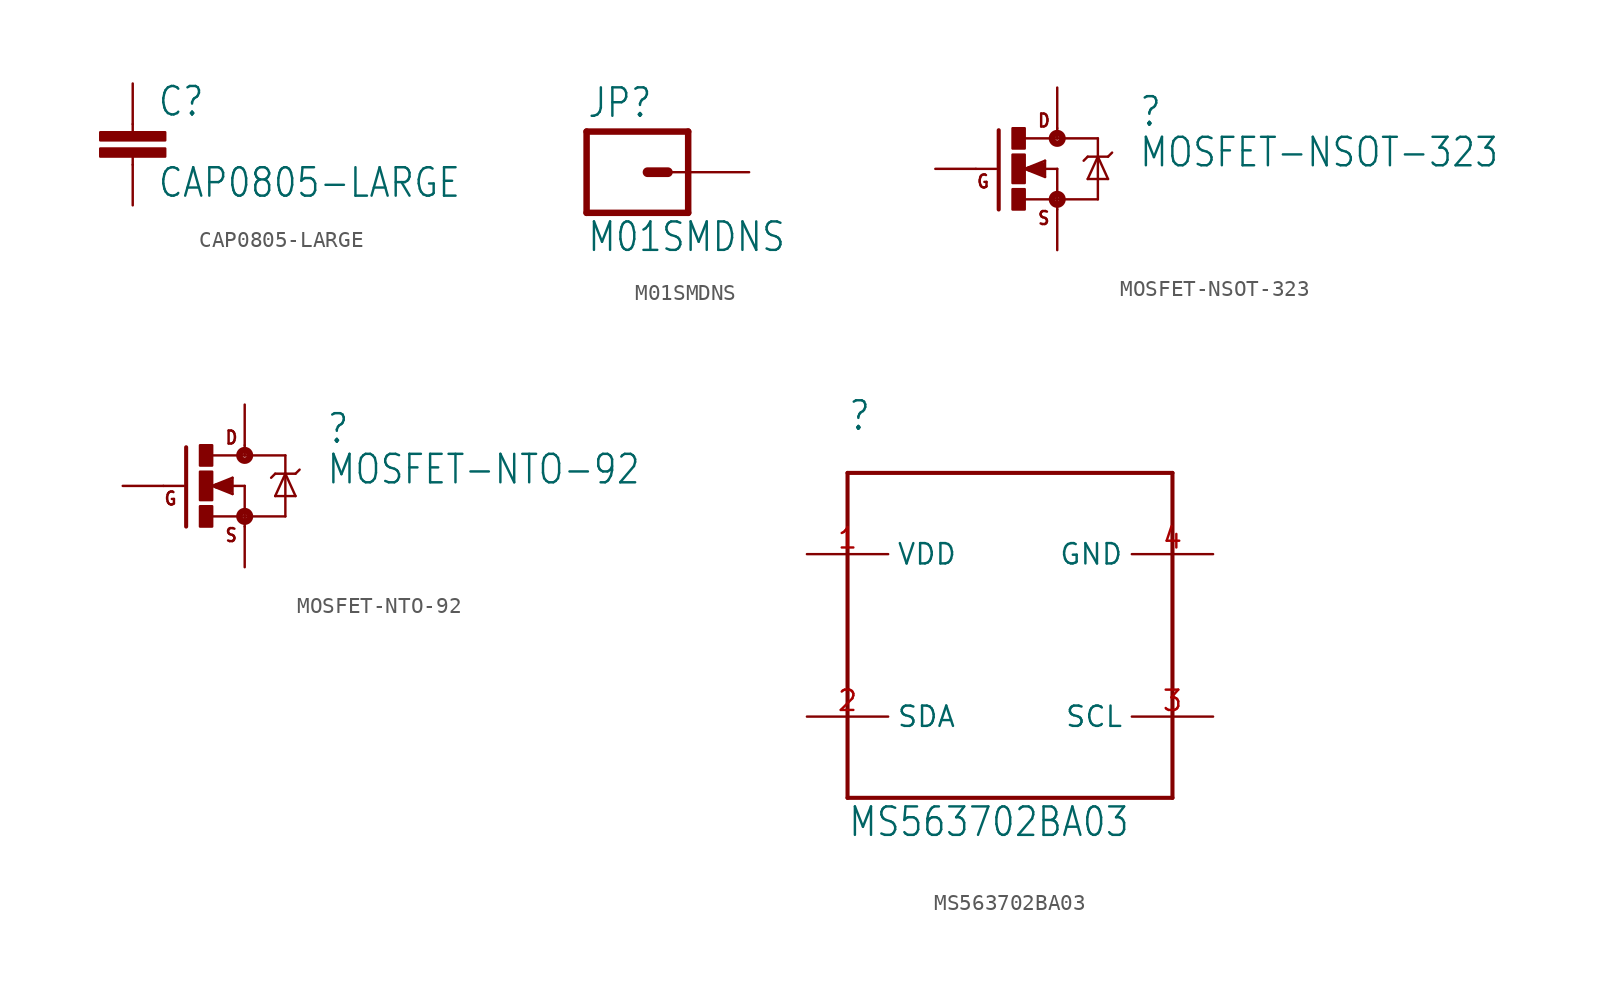
<source format=kicad_sym>
(kicad_symbol_lib
  (version 20211014)
  (generator kicad_symbol_editor)
  (symbol "CAP0805-LARGE"
    (property "Reference" "C"
      (at 1.524 2.921 0)
      (effects (font (size 1.778 1.511)) (justify left bottom)))
    (property "Value" "CAP0805-LARGE"
      (at 1.524 -2.159 0)
      (effects (font (size 1.778 1.511)) (justify left bottom)))
    (property "ki_locked" ""
      (at 0 0 0)
      (effects (font (size 1.27 1.27))))
    (symbol "CAP0805-LARGE_1_0"
      (rectangle (start -2.032 0.508) (end 2.032 1.016) (stroke (width 0) (type default) (color 0 0 0 0)) (fill (type outline)))
      (rectangle (start -2.032 1.524) (end 2.032 2.032) (stroke (width 0) (type default) (color 0 0 0 0)) (fill (type outline)))
      (polyline (pts (xy 0 0) (xy 0 0.508)) (stroke (width 0.152) (type default) (color 0 0 0 0)) (fill (type none)))
      (polyline (pts (xy 0 2.54) (xy 0 2.032)) (stroke (width 0.152) (type default) (color 0 0 0 0)) (fill (type none)))
      (pin passive line (at 0 5.08 270) (length 2.54) (name "1" (effects (font (size 0 0)))) (number "1" (effects (font (size 0 0)))))
      (pin passive line (at 0 -2.54 90) (length 2.54) (name "2" (effects (font (size 0 0)))) (number "2" (effects (font (size 0 0)))))))
  (symbol "M01SMDNS"
    (property "Reference" "JP"
      (at -2.54 3.302 0)
      (effects (font (size 1.778 1.511)) (justify left bottom)))
    (property "Value" "M01SMDNS"
      (at -2.54 -5.08 0)
      (effects (font (size 1.778 1.511)) (justify left bottom)))
    (property "ki_locked" ""
      (at 0 0 0)
      (effects (font (size 1.27 1.27))))
    (symbol "M01SMDNS_1_0"
      (polyline (pts (xy -2.54 2.54) (xy -2.54 -2.54)) (stroke (width 0.406) (type default) (color 0 0 0 0)) (fill (type none)))
      (polyline (pts (xy -2.54 2.54) (xy 3.81 2.54)) (stroke (width 0.406) (type default) (color 0 0 0 0)) (fill (type none)))
      (polyline (pts (xy 1.27 0) (xy 2.54 0)) (stroke (width 0.61) (type default) (color 0 0 0 0)) (fill (type none)))
      (polyline (pts (xy 3.81 -2.54) (xy -2.54 -2.54)) (stroke (width 0.406) (type default) (color 0 0 0 0)) (fill (type none)))
      (polyline (pts (xy 3.81 -2.54) (xy 3.81 2.54)) (stroke (width 0.406) (type default) (color 0 0 0 0)) (fill (type none)))
      (pin passive line (at 7.62 0 180) (length 5.08) (name "1" (effects (font (size 0 0)))) (number "1" (effects (font (size 0 0)))))))
  (symbol "MOSFET-NSOT-323"
    (property "Reference" ""
      (at 5.08 2.54 0)
      (effects (font (size 1.778 1.511)) (justify left bottom)))
    (property "Value" "MOSFET-NSOT-323"
      (at 5.08 0 0)
      (effects (font (size 1.778 1.511)) (justify left bottom)))
    (property "ki_locked" ""
      (at 0 0 0)
      (effects (font (size 1.27 1.27))))
    (symbol "MOSFET-NSOT-323_1_0"
      (rectangle (start -2.794 -2.54) (end -2.032 -1.27) (stroke (width 0) (type default) (color 0 0 0 0)) (fill (type outline)))
      (rectangle (start -2.794 -0.889) (end -2.032 0.889) (stroke (width 0) (type default) (color 0 0 0 0)) (fill (type outline)))
      (rectangle (start -2.794 1.27) (end -2.032 2.54) (stroke (width 0) (type default) (color 0 0 0 0)) (fill (type outline)))
      (circle (center 0 -1.905) (radius 0.127) (stroke (width 0.406) (type default) (color 0 0 0 0)) (fill (type none)))
      (polyline (pts (xy -3.81 0) (xy -5.08 0)) (stroke (width 0.152) (type default) (color 0 0 0 0)) (fill (type none)))
      (polyline (pts (xy -3.658 2.413) (xy -3.658 -2.54)) (stroke (width 0.254) (type default) (color 0 0 0 0)) (fill (type none)))
      (polyline (pts (xy -2.032 -1.905) (xy 0 -1.905)) (stroke (width 0.152) (type default) (color 0 0 0 0)) (fill (type none)))
      (polyline (pts (xy -2.032 0) (xy -0.762 -0.508)) (stroke (width 0.152) (type default) (color 0 0 0 0)) (fill (type none)))
      (polyline (pts (xy -1.778 0) (xy -0.889 -0.254)) (stroke (width 0.305) (type default) (color 0 0 0 0)) (fill (type none)))
      (polyline (pts (xy -0.889 -0.254) (xy -0.889 0)) (stroke (width 0.305) (type default) (color 0 0 0 0)) (fill (type none)))
      (polyline (pts (xy -0.889 0) (xy -1.143 0)) (stroke (width 0.305) (type default) (color 0 0 0 0)) (fill (type none)))
      (polyline (pts (xy -0.889 0) (xy 0 0)) (stroke (width 0.152) (type default) (color 0 0 0 0)) (fill (type none)))
      (polyline (pts (xy -0.889 0.254) (xy -1.778 0)) (stroke (width 0.305) (type default) (color 0 0 0 0)) (fill (type none)))
      (polyline (pts (xy -0.762 -0.508) (xy -0.762 0.508)) (stroke (width 0.152) (type default) (color 0 0 0 0)) (fill (type none)))
      (polyline (pts (xy -0.762 0.508) (xy -2.032 0)) (stroke (width 0.152) (type default) (color 0 0 0 0)) (fill (type none)))
      (polyline (pts (xy 0 -1.905) (xy 0 -2.54)) (stroke (width 0.152) (type default) (color 0 0 0 0)) (fill (type none)))
      (polyline (pts (xy 0 0) (xy 0 -1.905)) (stroke (width 0.152) (type default) (color 0 0 0 0)) (fill (type none)))
      (polyline (pts (xy 0 1.905) (xy -2.007 1.905)) (stroke (width 0.152) (type default) (color 0 0 0 0)) (fill (type none)))
      (polyline (pts (xy 0 1.905) (xy 2.54 1.905)) (stroke (width 0.152) (type default) (color 0 0 0 0)) (fill (type none)))
      (polyline (pts (xy 0 2.54) (xy 0 1.905)) (stroke (width 0.152) (type default) (color 0 0 0 0)) (fill (type none)))
      (polyline (pts (xy 1.905 -0.635) (xy 3.175 -0.635)) (stroke (width 0.152) (type default) (color 0 0 0 0)) (fill (type none)))
      (polyline (pts (xy 1.905 0.762) (xy 1.651 0.508)) (stroke (width 0.152) (type default) (color 0 0 0 0)) (fill (type none)))
      (polyline (pts (xy 1.905 0.762) (xy 2.54 0.762)) (stroke (width 0.152) (type default) (color 0 0 0 0)) (fill (type none)))
      (polyline (pts (xy 2.54 -1.905) (xy 0 -1.905)) (stroke (width 0.152) (type default) (color 0 0 0 0)) (fill (type none)))
      (polyline (pts (xy 2.54 0.762) (xy 1.905 -0.635)) (stroke (width 0.152) (type default) (color 0 0 0 0)) (fill (type none)))
      (polyline (pts (xy 2.54 0.762) (xy 2.54 -1.905)) (stroke (width 0.152) (type default) (color 0 0 0 0)) (fill (type none)))
      (polyline (pts (xy 2.54 0.762) (xy 3.175 0.762)) (stroke (width 0.152) (type default) (color 0 0 0 0)) (fill (type none)))
      (polyline (pts (xy 2.54 1.905) (xy 2.54 0.762)) (stroke (width 0.152) (type default) (color 0 0 0 0)) (fill (type none)))
      (polyline (pts (xy 3.175 -0.635) (xy 2.54 0.762)) (stroke (width 0.152) (type default) (color 0 0 0 0)) (fill (type none)))
      (polyline (pts (xy 3.175 0.762) (xy 3.429 1.016)) (stroke (width 0.152) (type default) (color 0 0 0 0)) (fill (type none)))
      (circle (center 0 1.905) (radius 0.127) (stroke (width 0.406) (type default) (color 0 0 0 0)) (fill (type none)))
      (text "D" (at -1.27 2.54 0) (effects (font (size 0.813 0.691)) (justify left bottom)))
      (text "G" (at -5.08 -1.27 0) (effects (font (size 0.813 0.691)) (justify left bottom)))
      (text "S" (at -1.27 -3.556 0) (effects (font (size 0.813 0.691)) (justify left bottom)))
      (pin passive line (at -7.62 0 0) (length 2.54) (name "G" (effects (font (size 0 0)))) (number "1" (effects (font (size 0 0)))))
      (pin passive line (at 0 -5.08 90) (length 2.54) (name "S" (effects (font (size 0 0)))) (number "2" (effects (font (size 0 0)))))
      (pin passive line (at 0 5.08 270) (length 2.54) (name "D" (effects (font (size 0 0)))) (number "3" (effects (font (size 0 0)))))))
  (symbol "MOSFET-NTO-92"
    (property "Reference" ""
      (at 5.08 2.54 0)
      (effects (font (size 1.778 1.511)) (justify left bottom)))
    (property "Value" "MOSFET-NTO-92"
      (at 5.08 0 0)
      (effects (font (size 1.778 1.511)) (justify left bottom)))
    (property "ki_locked" ""
      (at 0 0 0)
      (effects (font (size 1.27 1.27))))
    (symbol "MOSFET-NTO-92_1_0"
      (rectangle (start -2.794 -2.54) (end -2.032 -1.27) (stroke (width 0) (type default) (color 0 0 0 0)) (fill (type outline)))
      (rectangle (start -2.794 -0.889) (end -2.032 0.889) (stroke (width 0) (type default) (color 0 0 0 0)) (fill (type outline)))
      (rectangle (start -2.794 1.27) (end -2.032 2.54) (stroke (width 0) (type default) (color 0 0 0 0)) (fill (type outline)))
      (circle (center 0 -1.905) (radius 0.127) (stroke (width 0.406) (type default) (color 0 0 0 0)) (fill (type none)))
      (polyline (pts (xy -3.81 0) (xy -5.08 0)) (stroke (width 0.152) (type default) (color 0 0 0 0)) (fill (type none)))
      (polyline (pts (xy -3.658 2.413) (xy -3.658 -2.54)) (stroke (width 0.254) (type default) (color 0 0 0 0)) (fill (type none)))
      (polyline (pts (xy -2.032 -1.905) (xy 0 -1.905)) (stroke (width 0.152) (type default) (color 0 0 0 0)) (fill (type none)))
      (polyline (pts (xy -2.032 0) (xy -0.762 -0.508)) (stroke (width 0.152) (type default) (color 0 0 0 0)) (fill (type none)))
      (polyline (pts (xy -1.778 0) (xy -0.889 -0.254)) (stroke (width 0.305) (type default) (color 0 0 0 0)) (fill (type none)))
      (polyline (pts (xy -0.889 -0.254) (xy -0.889 0)) (stroke (width 0.305) (type default) (color 0 0 0 0)) (fill (type none)))
      (polyline (pts (xy -0.889 0) (xy -1.143 0)) (stroke (width 0.305) (type default) (color 0 0 0 0)) (fill (type none)))
      (polyline (pts (xy -0.889 0) (xy 0 0)) (stroke (width 0.152) (type default) (color 0 0 0 0)) (fill (type none)))
      (polyline (pts (xy -0.889 0.254) (xy -1.778 0)) (stroke (width 0.305) (type default) (color 0 0 0 0)) (fill (type none)))
      (polyline (pts (xy -0.762 -0.508) (xy -0.762 0.508)) (stroke (width 0.152) (type default) (color 0 0 0 0)) (fill (type none)))
      (polyline (pts (xy -0.762 0.508) (xy -2.032 0)) (stroke (width 0.152) (type default) (color 0 0 0 0)) (fill (type none)))
      (polyline (pts (xy 0 -1.905) (xy 0 -2.54)) (stroke (width 0.152) (type default) (color 0 0 0 0)) (fill (type none)))
      (polyline (pts (xy 0 0) (xy 0 -1.905)) (stroke (width 0.152) (type default) (color 0 0 0 0)) (fill (type none)))
      (polyline (pts (xy 0 1.905) (xy -2.007 1.905)) (stroke (width 0.152) (type default) (color 0 0 0 0)) (fill (type none)))
      (polyline (pts (xy 0 1.905) (xy 2.54 1.905)) (stroke (width 0.152) (type default) (color 0 0 0 0)) (fill (type none)))
      (polyline (pts (xy 0 2.54) (xy 0 1.905)) (stroke (width 0.152) (type default) (color 0 0 0 0)) (fill (type none)))
      (polyline (pts (xy 1.905 -0.635) (xy 3.175 -0.635)) (stroke (width 0.152) (type default) (color 0 0 0 0)) (fill (type none)))
      (polyline (pts (xy 1.905 0.762) (xy 1.651 0.508)) (stroke (width 0.152) (type default) (color 0 0 0 0)) (fill (type none)))
      (polyline (pts (xy 1.905 0.762) (xy 2.54 0.762)) (stroke (width 0.152) (type default) (color 0 0 0 0)) (fill (type none)))
      (polyline (pts (xy 2.54 -1.905) (xy 0 -1.905)) (stroke (width 0.152) (type default) (color 0 0 0 0)) (fill (type none)))
      (polyline (pts (xy 2.54 0.762) (xy 1.905 -0.635)) (stroke (width 0.152) (type default) (color 0 0 0 0)) (fill (type none)))
      (polyline (pts (xy 2.54 0.762) (xy 2.54 -1.905)) (stroke (width 0.152) (type default) (color 0 0 0 0)) (fill (type none)))
      (polyline (pts (xy 2.54 0.762) (xy 3.175 0.762)) (stroke (width 0.152) (type default) (color 0 0 0 0)) (fill (type none)))
      (polyline (pts (xy 2.54 1.905) (xy 2.54 0.762)) (stroke (width 0.152) (type default) (color 0 0 0 0)) (fill (type none)))
      (polyline (pts (xy 3.175 -0.635) (xy 2.54 0.762)) (stroke (width 0.152) (type default) (color 0 0 0 0)) (fill (type none)))
      (polyline (pts (xy 3.175 0.762) (xy 3.429 1.016)) (stroke (width 0.152) (type default) (color 0 0 0 0)) (fill (type none)))
      (circle (center 0 1.905) (radius 0.127) (stroke (width 0.406) (type default) (color 0 0 0 0)) (fill (type none)))
      (text "D" (at -1.27 2.54 0) (effects (font (size 0.813 0.691)) (justify left bottom)))
      (text "G" (at -5.08 -1.27 0) (effects (font (size 0.813 0.691)) (justify left bottom)))
      (text "S" (at -1.27 -3.556 0) (effects (font (size 0.813 0.691)) (justify left bottom)))
      (pin passive line (at 0 -5.08 90) (length 2.54) (name "S" (effects (font (size 0 0)))) (number "1" (effects (font (size 0 0)))))
      (pin passive line (at -7.62 0 0) (length 2.54) (name "G" (effects (font (size 0 0)))) (number "2" (effects (font (size 0 0)))))
      (pin passive line (at 0 5.08 270) (length 2.54) (name "D" (effects (font (size 0 0)))) (number "3" (effects (font (size 0 0)))))))
  (symbol "MS563702BA03"
    (property "Reference" ""
      (at -10.16 12.7 0)
      (effects (font (size 1.778 1.511)) (justify left bottom)))
    (property "Value" "MS563702BA03"
      (at -10.16 -12.7 0)
      (effects (font (size 1.778 1.511)) (justify left bottom)))
    (property "ki_locked" ""
      (at 0 0 0)
      (effects (font (size 1.27 1.27))))
    (symbol "MS563702BA03_1_0"
      (polyline (pts (xy -10.16 -10.16) (xy 10.16 -10.16)) (stroke (width 0.254) (type default) (color 0 0 0 0)) (fill (type none)))
      (polyline (pts (xy -10.16 10.16) (xy -10.16 -10.16)) (stroke (width 0.254) (type default) (color 0 0 0 0)) (fill (type none)))
      (polyline (pts (xy 10.16 -10.16) (xy 10.16 10.16)) (stroke (width 0.254) (type default) (color 0 0 0 0)) (fill (type none)))
      (polyline (pts (xy 10.16 10.16) (xy -10.16 10.16)) (stroke (width 0.254) (type default) (color 0 0 0 0)) (fill (type none)))
      (pin bidirectional line (at -12.7 5.08 0) (length 5.08) (name "VDD" (effects (font (size 1.27 1.27)))) (number "1" (effects (font (size 1.27 1.27)))))
      (pin bidirectional line (at -12.7 -5.08 0) (length 5.08) (name "SDA" (effects (font (size 1.27 1.27)))) (number "2" (effects (font (size 1.27 1.27)))))
      (pin bidirectional line (at 12.7 -5.08 180) (length 5.08) (name "SCL" (effects (font (size 1.27 1.27)))) (number "3" (effects (font (size 1.27 1.27)))))
      (pin bidirectional line (at 12.7 5.08 180) (length 5.08) (name "GND" (effects (font (size 1.27 1.27)))) (number "4" (effects (font (size 1.27 1.27))))))))
</source>
